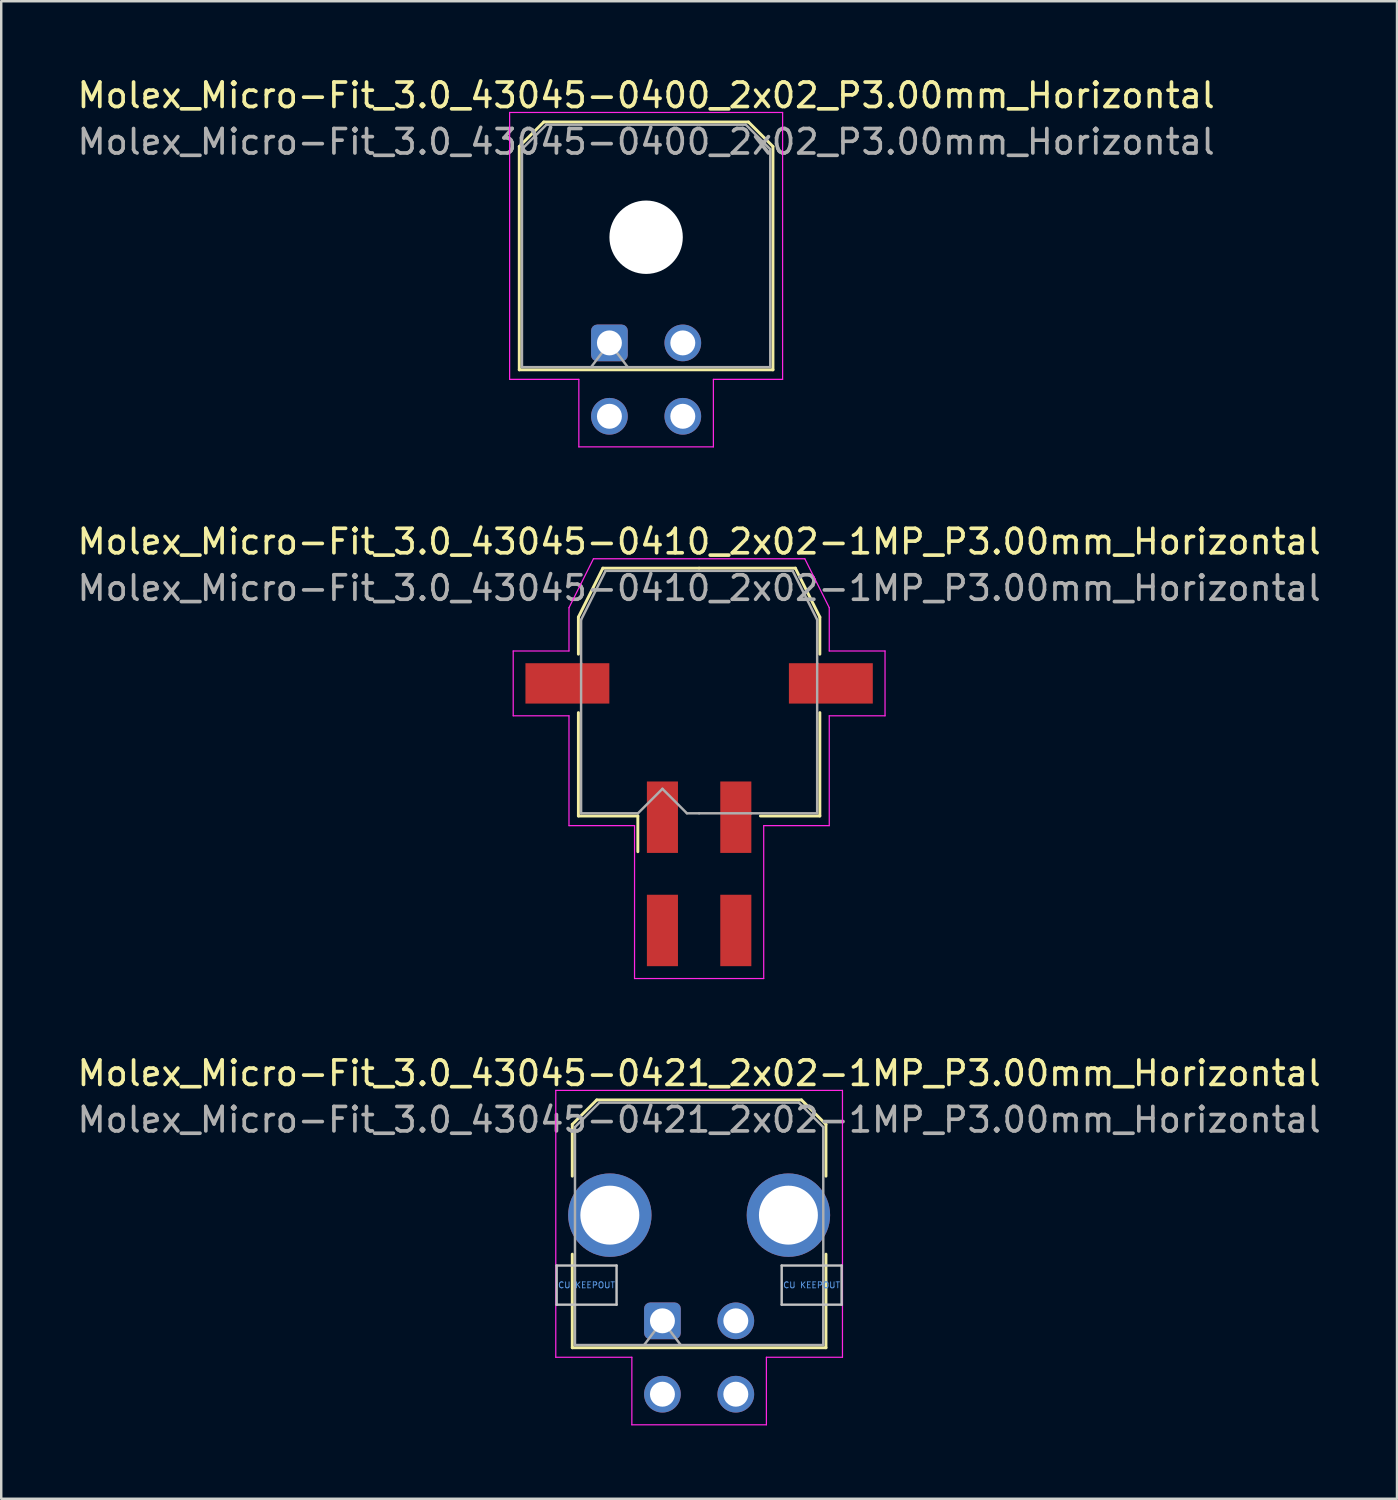
<source format=kicad_pcb>
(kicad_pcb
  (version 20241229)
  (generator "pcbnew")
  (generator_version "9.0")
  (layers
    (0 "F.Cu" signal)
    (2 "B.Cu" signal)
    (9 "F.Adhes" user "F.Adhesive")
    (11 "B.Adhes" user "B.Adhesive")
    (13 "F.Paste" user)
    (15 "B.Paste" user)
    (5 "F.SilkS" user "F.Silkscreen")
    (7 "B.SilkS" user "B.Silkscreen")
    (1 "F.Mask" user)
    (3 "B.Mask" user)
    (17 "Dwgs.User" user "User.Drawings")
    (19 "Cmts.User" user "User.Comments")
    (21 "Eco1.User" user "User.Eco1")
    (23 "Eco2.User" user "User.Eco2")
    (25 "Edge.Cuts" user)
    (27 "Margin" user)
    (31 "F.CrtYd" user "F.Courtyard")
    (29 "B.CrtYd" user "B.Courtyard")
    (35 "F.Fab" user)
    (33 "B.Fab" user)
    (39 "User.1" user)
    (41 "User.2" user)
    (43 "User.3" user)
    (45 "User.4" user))
  (footprint "Molex_Micro-Fit_3.0_43045-0421_2x02-1MP_P3.00mm_Horizontal"
    (layer "F.Cu")
    (at 24.03 50.945)
    (property "Reference" "Molex_Micro-Fit_3.0_43045-0421_2x02-1MP_P3.00mm_Horizontal" (at 1.5 -10.12 0) (layer "F.SilkS") (effects (font (size 1 1) (thickness 0.15))))
    (attr through_hole)
    (fp_line (start -3.685 -8.03) (end -2.685 -9.03) (stroke (width 0.12) (type solid)) (layer "F.SilkS"))
    (fp_line (start -3.685 -5.915) (end -3.685 -8.03) (stroke (width 0.12) (type solid)) (layer "F.SilkS"))
    (fp_line (start -3.685 -2.725) (end -3.685 1.1) (stroke (width 0.12) (type solid)) (layer "F.SilkS"))
    (fp_line (start -3.685 1.1) (end 6.685 1.1) (stroke (width 0.12) (type solid)) (layer "F.SilkS"))
    (fp_line (start -2.685 -9.03) (end 5.685 -9.03) (stroke (width 0.12) (type solid)) (layer "F.SilkS"))
    (fp_line (start 5.685 -9.03) (end 6.685 -8.03) (stroke (width 0.12) (type solid)) (layer "F.SilkS"))
    (fp_line (start 6.685 -8.03) (end 6.685 -5.915) (stroke (width 0.12) (type solid)) (layer "F.SilkS"))
    (fp_line (start 6.685 1.1) (end 6.685 -2.725) (stroke (width 0.12) (type solid)) (layer "F.SilkS"))
    (fp_line (start -4.325 -2.26) (end -4.325 -0.66) (stroke (width 0.1) (type solid)) (layer "Dwgs.User"))
    (fp_line (start -4.325 -0.66) (end -1.875 -0.66) (stroke (width 0.1) (type solid)) (layer "Dwgs.User"))
    (fp_line (start -1.875 -2.26) (end -4.325 -2.26) (stroke (width 0.1) (type solid)) (layer "Dwgs.User"))
    (fp_line (start -1.875 -0.66) (end -1.875 -2.26) (stroke (width 0.1) (type solid)) (layer "Dwgs.User"))
    (fp_line (start 4.875 -2.26) (end 4.875 -0.66) (stroke (width 0.1) (type solid)) (layer "Dwgs.User"))
    (fp_line (start 4.875 -0.66) (end 7.325 -0.66) (stroke (width 0.1) (type solid)) (layer "Dwgs.User"))
    (fp_line (start 7.325 -2.26) (end 4.875 -2.26) (stroke (width 0.1) (type solid)) (layer "Dwgs.User"))
    (fp_line (start 7.325 -0.66) (end 7.325 -2.26) (stroke (width 0.1) (type solid)) (layer "Dwgs.User"))
    (fp_line (start -4.36 -9.42) (end 7.36 -9.42) (stroke (width 0.05) (type solid)) (layer "F.CrtYd"))
    (fp_line (start -4.36 1.49) (end -4.36 -9.42) (stroke (width 0.05) (type solid)) (layer "F.CrtYd"))
    (fp_line (start -1.25 1.49) (end -4.36 1.49) (stroke (width 0.05) (type solid)) (layer "F.CrtYd"))
    (fp_line (start -1.25 4.25) (end -1.25 1.49) (stroke (width 0.05) (type solid)) (layer "F.CrtYd"))
    (fp_line (start 4.25 1.49) (end 4.25 4.25) (stroke (width 0.05) (type solid)) (layer "F.CrtYd"))
    (fp_line (start 4.25 4.25) (end -1.25 4.25) (stroke (width 0.05) (type solid)) (layer "F.CrtYd"))
    (fp_line (start 7.36 -9.42) (end 7.36 1.49) (stroke (width 0.05) (type solid)) (layer "F.CrtYd"))
    (fp_line (start 7.36 1.49) (end 4.25 1.49) (stroke (width 0.05) (type solid)) (layer "F.CrtYd"))
    (fp_line (start -3.575 -7.92) (end -2.575 -8.92) (stroke (width 0.1) (type solid)) (layer "F.Fab"))
    (fp_line (start -3.575 0.99) (end -3.575 -7.92) (stroke (width 0.1) (type solid)) (layer "F.Fab"))
    (fp_line (start -2.575 -8.92) (end 5.575 -8.92) (stroke (width 0.1) (type solid)) (layer "F.Fab"))
    (fp_line (start -0.75 0.99) (end 0 0) (stroke (width 0.1) (type solid)) (layer "F.Fab"))
    (fp_line (start 0 0) (end 0.75 0.99) (stroke (width 0.1) (type solid)) (layer "F.Fab"))
    (fp_line (start 5.575 -8.92) (end 6.575 -7.92) (stroke (width 0.1) (type solid)) (layer "F.Fab"))
    (fp_line (start 6.575 -7.92) (end 6.575 0.99) (stroke (width 0.1) (type solid)) (layer "F.Fab"))
    (fp_line (start 6.575 0.99) (end -3.575 0.99) (stroke (width 0.1) (type solid)) (layer "F.Fab"))
    (fp_text user "CU KEEPOUT" (at -3.1 -1.46 0) (layer "Cmts.User") (effects (font (size 0.245 0.245) (thickness 0.037))))
    (fp_text user "CU KEEPOUT" (at 6.1 -1.46 0) (layer "Cmts.User") (effects (font (size 0.245 0.245) (thickness 0.037))))
    (fp_text user "${REFERENCE}" (at 1.5 -8.22 0) (layer "F.Fab") (effects (font (size 1 1) (thickness 0.15))))
    (pad "1" thru_hole roundrect (at 0 0) (size 1.5 1.5) (drill 1.02) (layers "*.Cu" "*.Mask") (roundrect_rratio 0.167))
    (pad "2" thru_hole circle (at 3 0) (size 1.5 1.5) (drill 1.02) (layers "*.Cu" "*.Mask"))
    (pad "3" thru_hole circle (at 0 3) (size 1.5 1.5) (drill 1.02) (layers "*.Cu" "*.Mask"))
    (pad "4" thru_hole circle (at 3 3) (size 1.5 1.5) (drill 1.02) (layers "*.Cu" "*.Mask"))
    (pad "MP" thru_hole circle (at -2.15 -4.32) (size 3.41 3.41) (drill 2.41) (layers "*.Cu" "*.Mask"))
    (pad "MP" thru_hole circle (at 5.15 -4.32) (size 3.41 3.41) (drill 2.41) (layers "*.Cu" "*.Mask")))
  (footprint "Molex_Micro-Fit_3.0_43045-0400_2x02_P3.00mm_Horizontal"
    (layer "F.Cu")
    (at 21.863 10.968)
    (property "Reference" "Molex_Micro-Fit_3.0_43045-0400_2x02_P3.00mm_Horizontal" (at 1.5 -10.12 0) (layer "F.SilkS") (effects (font (size 1 1) (thickness 0.15))))
    (attr through_hole)
    (fp_line (start -3.685 -8.03) (end -2.685 -9.03) (stroke (width 0.12) (type solid)) (layer "F.SilkS"))
    (fp_line (start -3.685 1.1) (end -3.685 -8.03) (stroke (width 0.12) (type solid)) (layer "F.SilkS"))
    (fp_line (start -2.685 -9.03) (end 5.685 -9.03) (stroke (width 0.12) (type solid)) (layer "F.SilkS"))
    (fp_line (start 5.685 -9.03) (end 6.685 -8.03) (stroke (width 0.12) (type solid)) (layer "F.SilkS"))
    (fp_line (start 6.685 -8.03) (end 6.685 1.1) (stroke (width 0.12) (type solid)) (layer "F.SilkS"))
    (fp_line (start 6.685 1.1) (end -3.685 1.1) (stroke (width 0.12) (type solid)) (layer "F.SilkS"))
    (fp_line (start -4.08 -9.42) (end 7.08 -9.42) (stroke (width 0.05) (type solid)) (layer "F.CrtYd"))
    (fp_line (start -4.08 1.49) (end -4.08 -9.42) (stroke (width 0.05) (type solid)) (layer "F.CrtYd"))
    (fp_line (start -1.25 1.49) (end -4.08 1.49) (stroke (width 0.05) (type solid)) (layer "F.CrtYd"))
    (fp_line (start -1.25 4.25) (end -1.25 1.49) (stroke (width 0.05) (type solid)) (layer "F.CrtYd"))
    (fp_line (start 4.25 1.49) (end 4.25 4.25) (stroke (width 0.05) (type solid)) (layer "F.CrtYd"))
    (fp_line (start 4.25 4.25) (end -1.25 4.25) (stroke (width 0.05) (type solid)) (layer "F.CrtYd"))
    (fp_line (start 7.08 -9.42) (end 7.08 1.49) (stroke (width 0.05) (type solid)) (layer "F.CrtYd"))
    (fp_line (start 7.08 1.49) (end 4.25 1.49) (stroke (width 0.05) (type solid)) (layer "F.CrtYd"))
    (fp_line (start -3.575 -7.92) (end -2.575 -8.92) (stroke (width 0.1) (type solid)) (layer "F.Fab"))
    (fp_line (start -3.575 0.99) (end -3.575 -7.92) (stroke (width 0.1) (type solid)) (layer "F.Fab"))
    (fp_line (start -2.575 -8.92) (end 5.575 -8.92) (stroke (width 0.1) (type solid)) (layer "F.Fab"))
    (fp_line (start -0.75 0.99) (end 0 0) (stroke (width 0.1) (type solid)) (layer "F.Fab"))
    (fp_line (start 0 0) (end 0.75 0.99) (stroke (width 0.1) (type solid)) (layer "F.Fab"))
    (fp_line (start 5.575 -8.92) (end 6.575 -7.92) (stroke (width 0.1) (type solid)) (layer "F.Fab"))
    (fp_line (start 6.575 -7.92) (end 6.575 0.99) (stroke (width 0.1) (type solid)) (layer "F.Fab"))
    (fp_line (start 6.575 0.99) (end -3.575 0.99) (stroke (width 0.1) (type solid)) (layer "F.Fab"))
    (fp_text user "${REFERENCE}" (at 1.5 -8.22 0) (layer "F.Fab") (effects (font (size 1 1) (thickness 0.15))))
    (pad "" np_thru_hole circle (at 1.5 -4.32) (size 3 3) (drill 3) (layers "*.Cu" "*.Mask"))
    (pad "1" thru_hole roundrect (at 0 0) (size 1.5 1.5) (drill 1.02) (layers "*.Cu" "*.Mask") (roundrect_rratio 0.167))
    (pad "2" thru_hole circle (at 3 0) (size 1.5 1.5) (drill 1.02) (layers "*.Cu" "*.Mask"))
    (pad "3" thru_hole circle (at 0 3) (size 1.5 1.5) (drill 1.02) (layers "*.Cu" "*.Mask"))
    (pad "4" thru_hole circle (at 3 3) (size 1.5 1.5) (drill 1.02) (layers "*.Cu" "*.Mask")))
  (footprint "Molex_Micro-Fit_3.0_43045-0410_2x02-1MP_P3.00mm_Horizontal"
    (layer "F.Cu")
    (at 25.53 32.672)
    (property "Reference" "Molex_Micro-Fit_3.0_43045-0410_2x02-1MP_P3.00mm_Horizontal" (at 0 -13.58 0) (layer "F.SilkS") (effects (font (size 1 1) (thickness 0.15))))
    (attr smd)
    (fp_line (start -4.935 -10.495) (end -4.935 -8.98) (stroke (width 0.12) (type solid)) (layer "F.SilkS"))
    (fp_line (start -4.935 -6.59) (end -4.935 -2.365) (stroke (width 0.12) (type solid)) (layer "F.SilkS"))
    (fp_line (start -4.935 -2.365) (end -2.505 -2.365) (stroke (width 0.12) (type solid)) (layer "F.SilkS"))
    (fp_line (start -3.935 -12.495) (end -4.935 -10.495) (stroke (width 0.12) (type solid)) (layer "F.SilkS"))
    (fp_line (start -2.505 -2.365) (end -2.505 -0.905) (stroke (width 0.12) (type solid)) (layer "F.SilkS"))
    (fp_line (start 0 -12.495) (end -3.935 -12.495) (stroke (width 0.12) (type solid)) (layer "F.SilkS"))
    (fp_line (start 0 -12.495) (end 3.935 -12.495) (stroke (width 0.12) (type solid)) (layer "F.SilkS"))
    (fp_line (start 3.935 -12.495) (end 4.935 -10.495) (stroke (width 0.12) (type solid)) (layer "F.SilkS"))
    (fp_line (start 4.935 -10.495) (end 4.935 -8.98) (stroke (width 0.12) (type solid)) (layer "F.SilkS"))
    (fp_line (start 4.935 -6.59) (end 4.935 -2.365) (stroke (width 0.12) (type solid)) (layer "F.SilkS"))
    (fp_line (start 4.935 -2.365) (end 2.505 -2.365) (stroke (width 0.12) (type solid)) (layer "F.SilkS"))
    (fp_line (start -7.6 -9.11) (end -7.6 -6.46) (stroke (width 0.05) (type solid)) (layer "F.CrtYd"))
    (fp_line (start -7.6 -6.46) (end -5.32 -6.46) (stroke (width 0.05) (type solid)) (layer "F.CrtYd"))
    (fp_line (start -5.32 -10.88) (end -5.32 -9.11) (stroke (width 0.05) (type solid)) (layer "F.CrtYd"))
    (fp_line (start -5.32 -9.11) (end -7.6 -9.11) (stroke (width 0.05) (type solid)) (layer "F.CrtYd"))
    (fp_line (start -5.32 -6.46) (end -5.32 -1.97) (stroke (width 0.05) (type solid)) (layer "F.CrtYd"))
    (fp_line (start -5.32 -1.97) (end -2.64 -1.97) (stroke (width 0.05) (type solid)) (layer "F.CrtYd"))
    (fp_line (start -4.32 -12.88) (end -5.32 -10.88) (stroke (width 0.05) (type solid)) (layer "F.CrtYd"))
    (fp_line (start -2.64 -1.97) (end -2.64 4.28) (stroke (width 0.05) (type solid)) (layer "F.CrtYd"))
    (fp_line (start -2.64 4.28) (end 0 4.28) (stroke (width 0.05) (type solid)) (layer "F.CrtYd"))
    (fp_line (start 0 -12.88) (end -4.32 -12.88) (stroke (width 0.05) (type solid)) (layer "F.CrtYd"))
    (fp_line (start 0 -12.88) (end 4.32 -12.88) (stroke (width 0.05) (type solid)) (layer "F.CrtYd"))
    (fp_line (start 2.64 -1.97) (end 2.64 4.28) (stroke (width 0.05) (type solid)) (layer "F.CrtYd"))
    (fp_line (start 2.64 4.28) (end 0 4.28) (stroke (width 0.05) (type solid)) (layer "F.CrtYd"))
    (fp_line (start 4.32 -12.88) (end 5.32 -10.88) (stroke (width 0.05) (type solid)) (layer "F.CrtYd"))
    (fp_line (start 5.32 -10.88) (end 5.32 -9.11) (stroke (width 0.05) (type solid)) (layer "F.CrtYd"))
    (fp_line (start 5.32 -9.11) (end 7.6 -9.11) (stroke (width 0.05) (type solid)) (layer "F.CrtYd"))
    (fp_line (start 5.32 -6.46) (end 5.32 -1.97) (stroke (width 0.05) (type solid)) (layer "F.CrtYd"))
    (fp_line (start 5.32 -1.97) (end 2.64 -1.97) (stroke (width 0.05) (type solid)) (layer "F.CrtYd"))
    (fp_line (start 7.6 -9.11) (end 7.6 -6.46) (stroke (width 0.05) (type solid)) (layer "F.CrtYd"))
    (fp_line (start 7.6 -6.46) (end 5.32 -6.46) (stroke (width 0.05) (type solid)) (layer "F.CrtYd"))
    (fp_line (start -4.825 -10.385) (end -4.825 -8.61) (stroke (width 0.1) (type solid)) (layer "F.Fab"))
    (fp_line (start -4.825 -8.61) (end -4.825 -2.475) (stroke (width 0.1) (type solid)) (layer "F.Fab"))
    (fp_line (start -4.825 -2.475) (end -2.5 -2.475) (stroke (width 0.1) (type solid)) (layer "F.Fab"))
    (fp_line (start -3.825 -12.385) (end -4.825 -10.385) (stroke (width 0.1) (type solid)) (layer "F.Fab"))
    (fp_line (start -2.5 -2.475) (end -1.5 -3.475) (stroke (width 0.1) (type solid)) (layer "F.Fab"))
    (fp_line (start -1.5 -3.475) (end -0.5 -2.475) (stroke (width 0.1) (type solid)) (layer "F.Fab"))
    (fp_line (start -0.5 -2.475) (end 0 -2.475) (stroke (width 0.1) (type solid)) (layer "F.Fab"))
    (fp_line (start 0 -12.385) (end -3.825 -12.385) (stroke (width 0.1) (type solid)) (layer "F.Fab"))
    (fp_line (start 0 -12.385) (end 3.825 -12.385) (stroke (width 0.1) (type solid)) (layer "F.Fab"))
    (fp_line (start 2.135 -2.475) (end 0 -2.475) (stroke (width 0.1) (type solid)) (layer "F.Fab"))
    (fp_line (start 3.825 -12.385) (end 4.825 -10.385) (stroke (width 0.1) (type solid)) (layer "F.Fab"))
    (fp_line (start 4.825 -10.385) (end 4.825 -8.61) (stroke (width 0.1) (type solid)) (layer "F.Fab"))
    (fp_line (start 4.825 -8.61) (end 4.825 -2.475) (stroke (width 0.1) (type solid)) (layer "F.Fab"))
    (fp_line (start 4.825 -2.475) (end 2.135 -2.475) (stroke (width 0.1) (type solid)) (layer "F.Fab"))
    (fp_text user "${REFERENCE}" (at 0 -11.68 0) (layer "F.Fab") (effects (font (size 1 1) (thickness 0.15))))
    (pad "1" smd rect (at -1.5 -2.315) (size 1.27 2.92) (layers "F.Cu" "F.Mask" "F.Paste"))
    (pad "2" smd rect (at 1.5 -2.315) (size 1.27 2.92) (layers "F.Cu" "F.Mask" "F.Paste"))
    (pad "3" smd rect (at -1.5 2.315) (size 1.27 2.92) (layers "F.Cu" "F.Mask" "F.Paste"))
    (pad "4" smd rect (at 1.5 2.315) (size 1.27 2.92) (layers "F.Cu" "F.Mask" "F.Paste"))
    (pad "MP" smd rect (at -5.385 -7.785) (size 3.43 1.65) (layers "F.Cu" "F.Mask" "F.Paste"))
    (pad "MP" smd rect (at 5.385 -7.785) (size 3.43 1.65) (layers "F.Cu" "F.Mask" "F.Paste")))
  (gr_rect
    (start -3 -3)
    (end 54.06 58.22)
    (stroke (width 0.1) (type default))
    (fill no)
    (layer "Edge.Cuts")))
</source>
